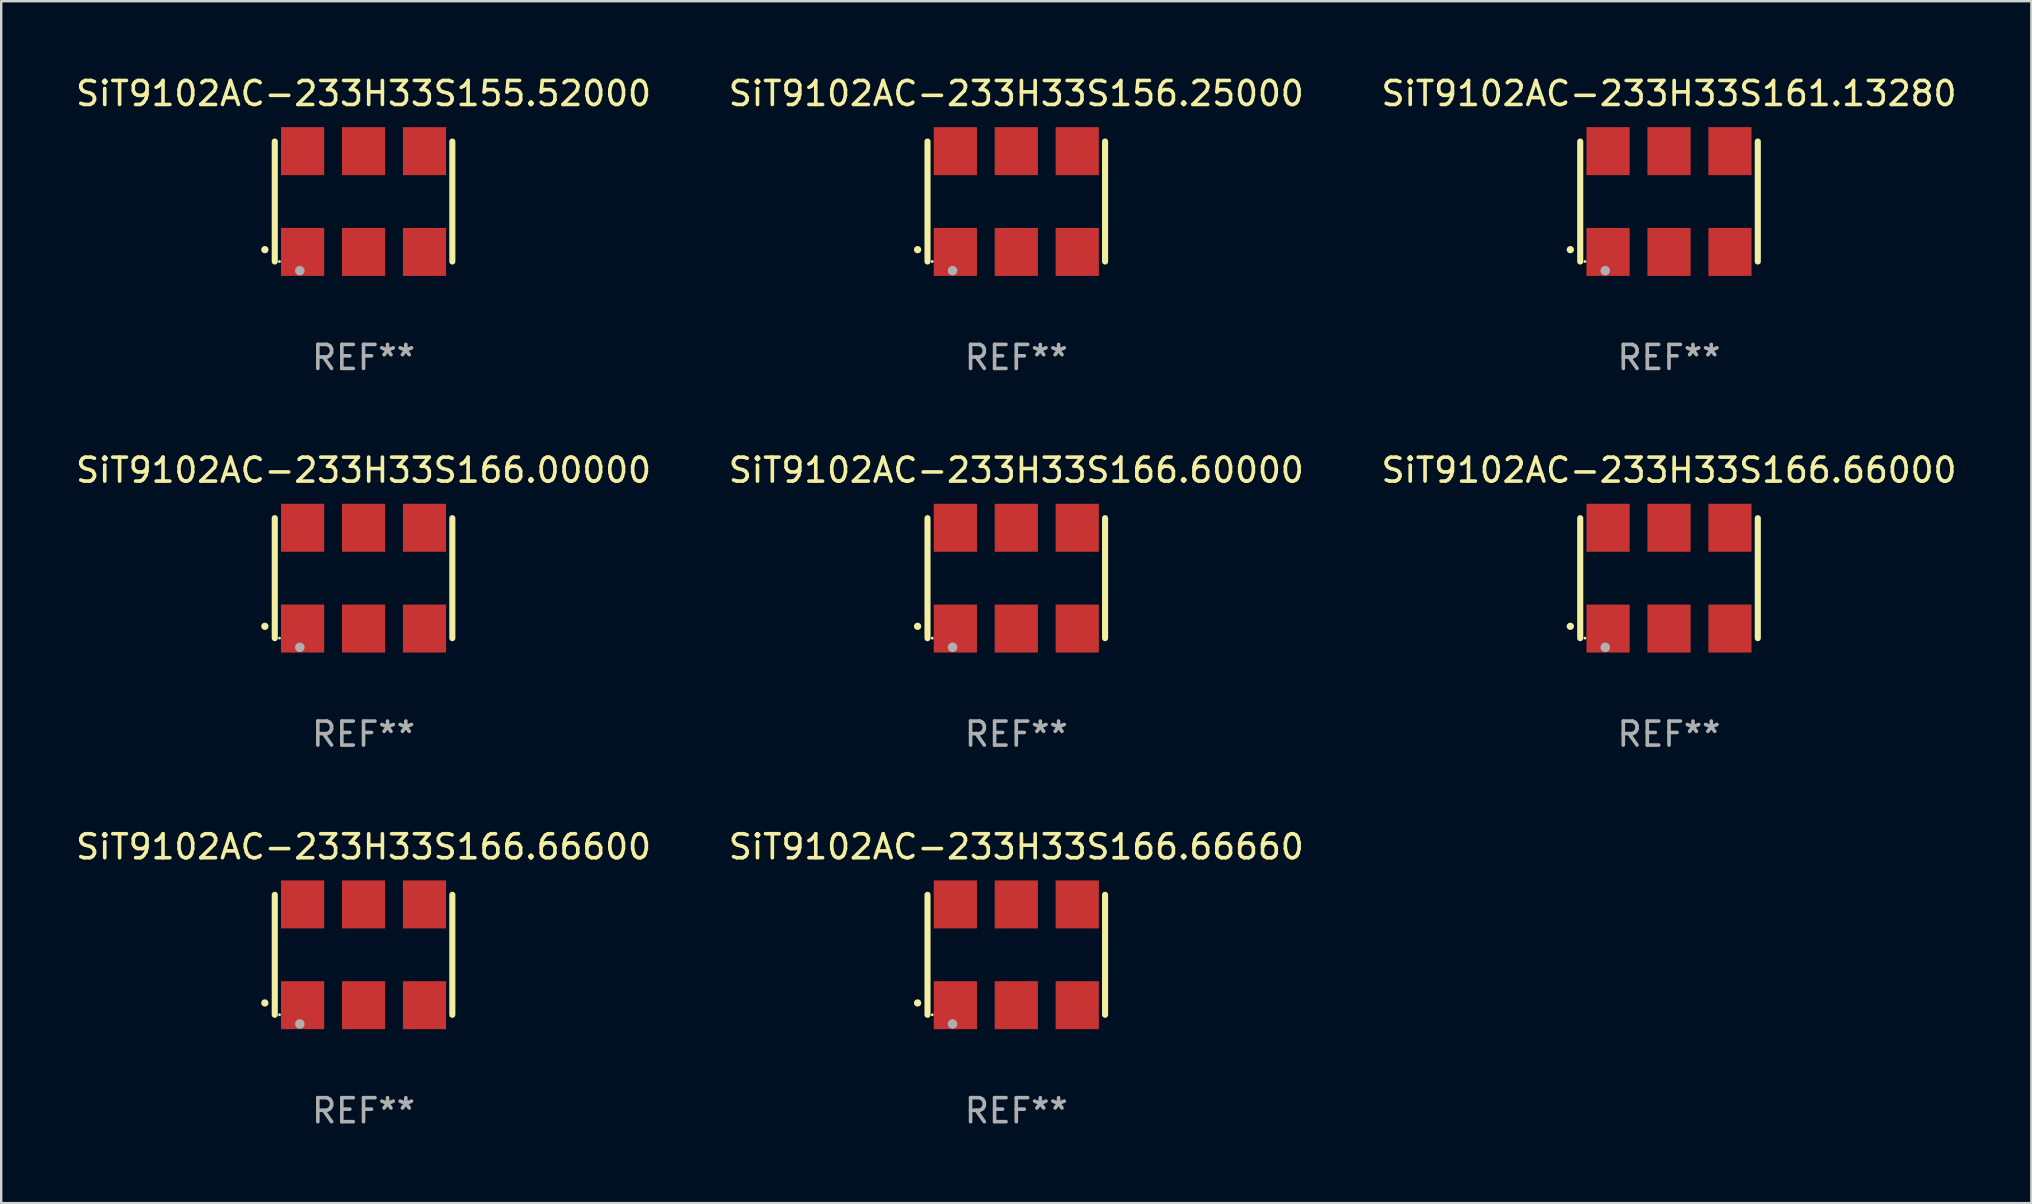
<source format=kicad_pcb>
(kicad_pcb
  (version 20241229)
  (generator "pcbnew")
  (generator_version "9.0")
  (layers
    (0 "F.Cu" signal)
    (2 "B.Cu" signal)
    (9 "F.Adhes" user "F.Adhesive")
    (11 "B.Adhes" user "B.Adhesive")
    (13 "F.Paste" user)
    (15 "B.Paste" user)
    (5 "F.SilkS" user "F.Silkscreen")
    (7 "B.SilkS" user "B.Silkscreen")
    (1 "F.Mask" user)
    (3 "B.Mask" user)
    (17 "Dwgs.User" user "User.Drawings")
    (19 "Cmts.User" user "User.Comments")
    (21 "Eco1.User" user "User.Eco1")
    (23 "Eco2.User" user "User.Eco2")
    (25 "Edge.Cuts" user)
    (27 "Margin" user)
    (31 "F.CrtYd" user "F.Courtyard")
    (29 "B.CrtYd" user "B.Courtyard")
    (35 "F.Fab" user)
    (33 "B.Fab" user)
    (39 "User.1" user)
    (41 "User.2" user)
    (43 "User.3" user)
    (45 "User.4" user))
  (footprint "SiT9102AC-233H33S166.66600"
    (layer "F.Cu")
    (at 12.101 36.741)
    (property "Reference" "SiT9102AC-233H33S166.66600" (at 0 -4.5 0) (layer "F.SilkS") (effects (font (size 1 1) (thickness 0.15))))
    (attr through_hole)
    (fp_line (start -3.7 -2.5) (end -3.7 2.5) (stroke (width 0.254) (type solid)) (layer "F.SilkS"))
    (fp_line (start 3.7 -2.5) (end 3.7 2.5) (stroke (width 0.254) (type solid)) (layer "F.SilkS"))
    (fp_arc (start -4.114415 2.006604) (mid -4.113145 2.006599) (end -4.111875 2.006604) (stroke (width 0.3) (type solid)) (layer "F.SilkS"))
    (fp_circle (center -3.502 2.5) (end -3.472 2.5) (stroke (width 0.06) (type solid)) (fill no) (layer "F.SilkS"))
    (fp_circle (center -2.657 2.882) (end -2.557 2.882) (stroke (width 0.2) (type solid)) (fill no) (layer "F.Fab"))
    (fp_text user "REF**" (at 0 6.5 0) (layer "F.Fab") (effects (font (size 1 1) (thickness 0.15))))
    (pad "1" smd rect (at -2.54 2.1) (size 1.8 2) (layers "F.Cu" "F.Mask" "F.Paste"))
    (pad "2" smd rect (at 0.000394 2.1) (size 1.8 2) (layers "F.Cu" "F.Mask" "F.Paste"))
    (pad "3" smd rect (at 2.54 2.1) (size 1.8 2) (layers "F.Cu" "F.Mask" "F.Paste"))
    (pad "4" smd rect (at 2.54 -2.1) (size 1.8 2) (layers "F.Cu" "F.Mask" "F.Paste"))
    (pad "5" smd rect (at 0.000394 -2.1) (size 1.8 2) (layers "F.Cu" "F.Mask" "F.Paste"))
    (pad "6" smd rect (at -2.54 -2.1) (size 1.8 2) (layers "F.Cu" "F.Mask" "F.Paste")))
  (footprint "SiT9102AC-233H33S166.66660"
    (layer "F.Cu")
    (at 39.304 36.741)
    (property "Reference" "SiT9102AC-233H33S166.66660" (at 0 -4.5 0) (layer "F.SilkS") (effects (font (size 1 1) (thickness 0.15))))
    (attr through_hole)
    (fp_line (start -3.7 -2.5) (end -3.7 2.5) (stroke (width 0.254) (type solid)) (layer "F.SilkS"))
    (fp_line (start 3.7 -2.5) (end 3.7 2.5) (stroke (width 0.254) (type solid)) (layer "F.SilkS"))
    (fp_arc (start -4.114415 2.006604) (mid -4.113145 2.006599) (end -4.111875 2.006604) (stroke (width 0.3) (type solid)) (layer "F.SilkS"))
    (fp_circle (center -3.502 2.5) (end -3.472 2.5) (stroke (width 0.06) (type solid)) (fill no) (layer "F.SilkS"))
    (fp_circle (center -2.657 2.882) (end -2.557 2.882) (stroke (width 0.2) (type solid)) (fill no) (layer "F.Fab"))
    (fp_text user "REF**" (at 0 6.5 0) (layer "F.Fab") (effects (font (size 1 1) (thickness 0.15))))
    (pad "1" smd rect (at -2.54 2.1) (size 1.8 2) (layers "F.Cu" "F.Mask" "F.Paste"))
    (pad "2" smd rect (at 0.000394 2.1) (size 1.8 2) (layers "F.Cu" "F.Mask" "F.Paste"))
    (pad "3" smd rect (at 2.54 2.1) (size 1.8 2) (layers "F.Cu" "F.Mask" "F.Paste"))
    (pad "4" smd rect (at 2.54 -2.1) (size 1.8 2) (layers "F.Cu" "F.Mask" "F.Paste"))
    (pad "5" smd rect (at 0.000394 -2.1) (size 1.8 2) (layers "F.Cu" "F.Mask" "F.Paste"))
    (pad "6" smd rect (at -2.54 -2.1) (size 1.8 2) (layers "F.Cu" "F.Mask" "F.Paste")))
  (footprint "SiT9102AC-233H33S161.13280"
    (layer "F.Cu")
    (at 66.506 5.348)
    (property "Reference" "SiT9102AC-233H33S161.13280" (at 0 -4.5 0) (layer "F.SilkS") (effects (font (size 1 1) (thickness 0.15))))
    (attr through_hole)
    (fp_line (start -3.7 -2.5) (end -3.7 2.5) (stroke (width 0.254) (type solid)) (layer "F.SilkS"))
    (fp_line (start 3.7 -2.5) (end 3.7 2.5) (stroke (width 0.254) (type solid)) (layer "F.SilkS"))
    (fp_arc (start -4.114415 2.006604) (mid -4.113145 2.006599) (end -4.111875 2.006604) (stroke (width 0.3) (type solid)) (layer "F.SilkS"))
    (fp_circle (center -3.502 2.5) (end -3.472 2.5) (stroke (width 0.06) (type solid)) (fill no) (layer "F.SilkS"))
    (fp_circle (center -2.657 2.882) (end -2.557 2.882) (stroke (width 0.2) (type solid)) (fill no) (layer "F.Fab"))
    (fp_text user "REF**" (at 0 6.5 0) (layer "F.Fab") (effects (font (size 1 1) (thickness 0.15))))
    (pad "1" smd rect (at -2.54 2.1) (size 1.8 2) (layers "F.Cu" "F.Mask" "F.Paste"))
    (pad "2" smd rect (at 0.000394 2.1) (size 1.8 2) (layers "F.Cu" "F.Mask" "F.Paste"))
    (pad "3" smd rect (at 2.54 2.1) (size 1.8 2) (layers "F.Cu" "F.Mask" "F.Paste"))
    (pad "4" smd rect (at 2.54 -2.1) (size 1.8 2) (layers "F.Cu" "F.Mask" "F.Paste"))
    (pad "5" smd rect (at 0.000394 -2.1) (size 1.8 2) (layers "F.Cu" "F.Mask" "F.Paste"))
    (pad "6" smd rect (at -2.54 -2.1) (size 1.8 2) (layers "F.Cu" "F.Mask" "F.Paste")))
  (footprint "SiT9102AC-233H33S166.00000"
    (layer "F.Cu")
    (at 12.101 21.045)
    (property "Reference" "SiT9102AC-233H33S166.00000" (at 0 -4.5 0) (layer "F.SilkS") (effects (font (size 1 1) (thickness 0.15))))
    (attr through_hole)
    (fp_line (start -3.7 -2.5) (end -3.7 2.5) (stroke (width 0.254) (type solid)) (layer "F.SilkS"))
    (fp_line (start 3.7 -2.5) (end 3.7 2.5) (stroke (width 0.254) (type solid)) (layer "F.SilkS"))
    (fp_arc (start -4.114415 2.006604) (mid -4.113145 2.006599) (end -4.111875 2.006604) (stroke (width 0.3) (type solid)) (layer "F.SilkS"))
    (fp_circle (center -3.502 2.5) (end -3.472 2.5) (stroke (width 0.06) (type solid)) (fill no) (layer "F.SilkS"))
    (fp_circle (center -2.657 2.882) (end -2.557 2.882) (stroke (width 0.2) (type solid)) (fill no) (layer "F.Fab"))
    (fp_text user "REF**" (at 0 6.5 0) (layer "F.Fab") (effects (font (size 1 1) (thickness 0.15))))
    (pad "1" smd rect (at -2.54 2.1) (size 1.8 2) (layers "F.Cu" "F.Mask" "F.Paste"))
    (pad "2" smd rect (at 0.000394 2.1) (size 1.8 2) (layers "F.Cu" "F.Mask" "F.Paste"))
    (pad "3" smd rect (at 2.54 2.1) (size 1.8 2) (layers "F.Cu" "F.Mask" "F.Paste"))
    (pad "4" smd rect (at 2.54 -2.1) (size 1.8 2) (layers "F.Cu" "F.Mask" "F.Paste"))
    (pad "5" smd rect (at 0.000394 -2.1) (size 1.8 2) (layers "F.Cu" "F.Mask" "F.Paste"))
    (pad "6" smd rect (at -2.54 -2.1) (size 1.8 2) (layers "F.Cu" "F.Mask" "F.Paste")))
  (footprint "SiT9102AC-233H33S155.52000"
    (layer "F.Cu")
    (at 12.101 5.348)
    (property "Reference" "SiT9102AC-233H33S155.52000" (at 0 -4.5 0) (layer "F.SilkS") (effects (font (size 1 1) (thickness 0.15))))
    (attr through_hole)
    (fp_line (start -3.7 -2.5) (end -3.7 2.5) (stroke (width 0.254) (type solid)) (layer "F.SilkS"))
    (fp_line (start 3.7 -2.5) (end 3.7 2.5) (stroke (width 0.254) (type solid)) (layer "F.SilkS"))
    (fp_arc (start -4.114415 2.006604) (mid -4.113145 2.006599) (end -4.111875 2.006604) (stroke (width 0.3) (type solid)) (layer "F.SilkS"))
    (fp_circle (center -3.502 2.5) (end -3.472 2.5) (stroke (width 0.06) (type solid)) (fill no) (layer "F.SilkS"))
    (fp_circle (center -2.657 2.882) (end -2.557 2.882) (stroke (width 0.2) (type solid)) (fill no) (layer "F.Fab"))
    (fp_text user "REF**" (at 0 6.5 0) (layer "F.Fab") (effects (font (size 1 1) (thickness 0.15))))
    (pad "1" smd rect (at -2.54 2.1) (size 1.8 2) (layers "F.Cu" "F.Mask" "F.Paste"))
    (pad "2" smd rect (at 0.000394 2.1) (size 1.8 2) (layers "F.Cu" "F.Mask" "F.Paste"))
    (pad "3" smd rect (at 2.54 2.1) (size 1.8 2) (layers "F.Cu" "F.Mask" "F.Paste"))
    (pad "4" smd rect (at 2.54 -2.1) (size 1.8 2) (layers "F.Cu" "F.Mask" "F.Paste"))
    (pad "5" smd rect (at 0.000394 -2.1) (size 1.8 2) (layers "F.Cu" "F.Mask" "F.Paste"))
    (pad "6" smd rect (at -2.54 -2.1) (size 1.8 2) (layers "F.Cu" "F.Mask" "F.Paste")))
  (footprint "SiT9102AC-233H33S166.60000"
    (layer "F.Cu")
    (at 39.304 21.045)
    (property "Reference" "SiT9102AC-233H33S166.60000" (at 0 -4.5 0) (layer "F.SilkS") (effects (font (size 1 1) (thickness 0.15))))
    (attr through_hole)
    (fp_line (start -3.7 -2.5) (end -3.7 2.5) (stroke (width 0.254) (type solid)) (layer "F.SilkS"))
    (fp_line (start 3.7 -2.5) (end 3.7 2.5) (stroke (width 0.254) (type solid)) (layer "F.SilkS"))
    (fp_arc (start -4.114415 2.006604) (mid -4.113145 2.006599) (end -4.111875 2.006604) (stroke (width 0.3) (type solid)) (layer "F.SilkS"))
    (fp_circle (center -3.502 2.5) (end -3.472 2.5) (stroke (width 0.06) (type solid)) (fill no) (layer "F.SilkS"))
    (fp_circle (center -2.657 2.882) (end -2.557 2.882) (stroke (width 0.2) (type solid)) (fill no) (layer "F.Fab"))
    (fp_text user "REF**" (at 0 6.5 0) (layer "F.Fab") (effects (font (size 1 1) (thickness 0.15))))
    (pad "1" smd rect (at -2.54 2.1) (size 1.8 2) (layers "F.Cu" "F.Mask" "F.Paste"))
    (pad "2" smd rect (at 0.000394 2.1) (size 1.8 2) (layers "F.Cu" "F.Mask" "F.Paste"))
    (pad "3" smd rect (at 2.54 2.1) (size 1.8 2) (layers "F.Cu" "F.Mask" "F.Paste"))
    (pad "4" smd rect (at 2.54 -2.1) (size 1.8 2) (layers "F.Cu" "F.Mask" "F.Paste"))
    (pad "5" smd rect (at 0.000394 -2.1) (size 1.8 2) (layers "F.Cu" "F.Mask" "F.Paste"))
    (pad "6" smd rect (at -2.54 -2.1) (size 1.8 2) (layers "F.Cu" "F.Mask" "F.Paste")))
  (footprint "SiT9102AC-233H33S156.25000"
    (layer "F.Cu")
    (at 39.304 5.348)
    (property "Reference" "SiT9102AC-233H33S156.25000" (at 0 -4.5 0) (layer "F.SilkS") (effects (font (size 1 1) (thickness 0.15))))
    (attr through_hole)
    (fp_line (start -3.7 -2.5) (end -3.7 2.5) (stroke (width 0.254) (type solid)) (layer "F.SilkS"))
    (fp_line (start 3.7 -2.5) (end 3.7 2.5) (stroke (width 0.254) (type solid)) (layer "F.SilkS"))
    (fp_arc (start -4.114415 2.006604) (mid -4.113145 2.006599) (end -4.111875 2.006604) (stroke (width 0.3) (type solid)) (layer "F.SilkS"))
    (fp_circle (center -3.502 2.5) (end -3.472 2.5) (stroke (width 0.06) (type solid)) (fill no) (layer "F.SilkS"))
    (fp_circle (center -2.657 2.882) (end -2.557 2.882) (stroke (width 0.2) (type solid)) (fill no) (layer "F.Fab"))
    (fp_text user "REF**" (at 0 6.5 0) (layer "F.Fab") (effects (font (size 1 1) (thickness 0.15))))
    (pad "1" smd rect (at -2.54 2.1) (size 1.8 2) (layers "F.Cu" "F.Mask" "F.Paste"))
    (pad "2" smd rect (at 0.000394 2.1) (size 1.8 2) (layers "F.Cu" "F.Mask" "F.Paste"))
    (pad "3" smd rect (at 2.54 2.1) (size 1.8 2) (layers "F.Cu" "F.Mask" "F.Paste"))
    (pad "4" smd rect (at 2.54 -2.1) (size 1.8 2) (layers "F.Cu" "F.Mask" "F.Paste"))
    (pad "5" smd rect (at 0.000394 -2.1) (size 1.8 2) (layers "F.Cu" "F.Mask" "F.Paste"))
    (pad "6" smd rect (at -2.54 -2.1) (size 1.8 2) (layers "F.Cu" "F.Mask" "F.Paste")))
  (footprint "SiT9102AC-233H33S166.66000"
    (layer "F.Cu")
    (at 66.506 21.045)
    (property "Reference" "SiT9102AC-233H33S166.66000" (at 0 -4.5 0) (layer "F.SilkS") (effects (font (size 1 1) (thickness 0.15))))
    (attr through_hole)
    (fp_line (start -3.7 -2.5) (end -3.7 2.5) (stroke (width 0.254) (type solid)) (layer "F.SilkS"))
    (fp_line (start 3.7 -2.5) (end 3.7 2.5) (stroke (width 0.254) (type solid)) (layer "F.SilkS"))
    (fp_arc (start -4.114415 2.006604) (mid -4.113145 2.006599) (end -4.111875 2.006604) (stroke (width 0.3) (type solid)) (layer "F.SilkS"))
    (fp_circle (center -3.502 2.5) (end -3.472 2.5) (stroke (width 0.06) (type solid)) (fill no) (layer "F.SilkS"))
    (fp_circle (center -2.657 2.882) (end -2.557 2.882) (stroke (width 0.2) (type solid)) (fill no) (layer "F.Fab"))
    (fp_text user "REF**" (at 0 6.5 0) (layer "F.Fab") (effects (font (size 1 1) (thickness 0.15))))
    (pad "1" smd rect (at -2.54 2.1) (size 1.8 2) (layers "F.Cu" "F.Mask" "F.Paste"))
    (pad "2" smd rect (at 0.000394 2.1) (size 1.8 2) (layers "F.Cu" "F.Mask" "F.Paste"))
    (pad "3" smd rect (at 2.54 2.1) (size 1.8 2) (layers "F.Cu" "F.Mask" "F.Paste"))
    (pad "4" smd rect (at 2.54 -2.1) (size 1.8 2) (layers "F.Cu" "F.Mask" "F.Paste"))
    (pad "5" smd rect (at 0.000394 -2.1) (size 1.8 2) (layers "F.Cu" "F.Mask" "F.Paste"))
    (pad "6" smd rect (at -2.54 -2.1) (size 1.8 2) (layers "F.Cu" "F.Mask" "F.Paste")))
  (gr_rect
    (start -3 -3)
    (end 81.607 47.09)
    (stroke (width 0.1) (type default))
    (fill no)
    (layer "Edge.Cuts")))
</source>
